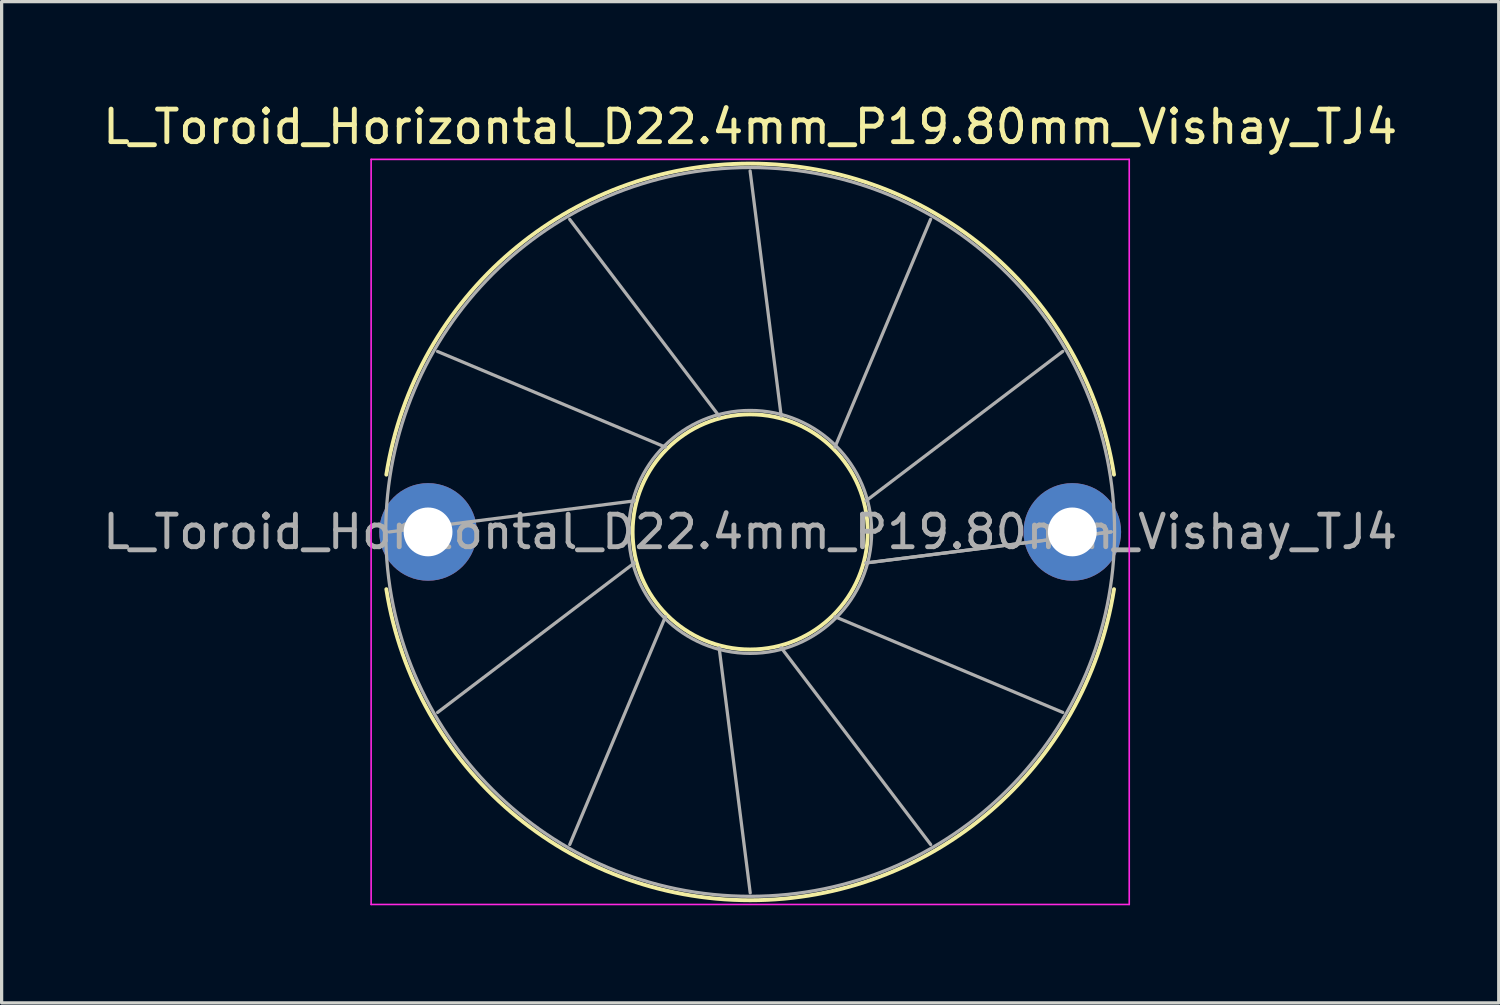
<source format=kicad_pcb>
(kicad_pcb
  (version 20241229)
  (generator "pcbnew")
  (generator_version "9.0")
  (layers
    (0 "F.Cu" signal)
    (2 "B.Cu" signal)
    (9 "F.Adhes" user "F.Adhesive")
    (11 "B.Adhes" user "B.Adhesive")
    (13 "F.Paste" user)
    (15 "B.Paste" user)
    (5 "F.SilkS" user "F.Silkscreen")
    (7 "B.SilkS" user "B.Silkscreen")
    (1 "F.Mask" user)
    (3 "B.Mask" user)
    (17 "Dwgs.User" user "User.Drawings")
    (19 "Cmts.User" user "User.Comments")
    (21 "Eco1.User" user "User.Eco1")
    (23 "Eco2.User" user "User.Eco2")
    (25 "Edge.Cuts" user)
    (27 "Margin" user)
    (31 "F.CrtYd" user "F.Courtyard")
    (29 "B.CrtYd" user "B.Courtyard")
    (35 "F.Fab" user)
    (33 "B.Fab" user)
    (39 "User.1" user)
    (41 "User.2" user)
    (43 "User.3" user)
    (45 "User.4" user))
  (footprint "L_Toroid_Horizontal_D22.4mm_P19.80mm_Vishay_TJ4"
    (layer "F.Cu")
    (at 10.106 13.298)
    (property "Reference" "L_Toroid_Horizontal_D22.4mm_P19.80mm_Vishay_TJ4" (at 9.9 -12.45 0) (layer "F.SilkS") (effects (font (size 1 1) (thickness 0.15))))
    (attr through_hole)
    (fp_arc (start -1.282343 -1.76) (mid 9.9 -11.32) (end 21.082343 -1.76) (stroke (width 0.12) (type solid)) (layer "F.SilkS"))
    (fp_arc (start 21.082343 1.76) (mid 9.9 11.32) (end -1.282343 1.76) (stroke (width 0.12) (type solid)) (layer "F.SilkS"))
    (fp_circle (center 9.9 0) (end 13.513 0) (stroke (width 0.12) (type solid)) (fill no) (layer "F.SilkS"))
    (fp_line (start -1.75 -11.45) (end -1.75 11.45) (stroke (width 0.05) (type solid)) (layer "F.CrtYd"))
    (fp_line (start -1.75 11.45) (end 21.55 11.45) (stroke (width 0.05) (type solid)) (layer "F.CrtYd"))
    (fp_line (start 21.55 -11.45) (end -1.75 -11.45) (stroke (width 0.05) (type solid)) (layer "F.CrtYd"))
    (fp_line (start 21.55 11.45) (end 21.55 -11.45) (stroke (width 0.05) (type solid)) (layer "F.CrtYd"))
    (fp_line (start -1.194 0.001) (end 6.34 -0.954) (stroke (width 0.1) (type solid)) (layer "F.Fab"))
    (fp_line (start 0.292 -5.546) (end 7.294 -2.606) (stroke (width 0.1) (type solid)) (layer "F.Fab"))
    (fp_line (start 0.293 5.548) (end 6.34 0.954) (stroke (width 0.1) (type solid)) (layer "F.Fab"))
    (fp_line (start 4.352 -9.607) (end 8.946 -3.56) (stroke (width 0.1) (type solid)) (layer "F.Fab"))
    (fp_line (start 4.354 9.608) (end 7.294 2.606) (stroke (width 0.1) (type solid)) (layer "F.Fab"))
    (fp_line (start 9.898 -11.094) (end 10.853 -3.56) (stroke (width 0.1) (type solid)) (layer "F.Fab"))
    (fp_line (start 9.901 11.094) (end 8.946 3.56) (stroke (width 0.1) (type solid)) (layer "F.Fab"))
    (fp_line (start 15.445 -9.608) (end 12.506 -2.607) (stroke (width 0.1) (type solid)) (layer "F.Fab"))
    (fp_line (start 15.447 9.607) (end 10.854 3.56) (stroke (width 0.1) (type solid)) (layer "F.Fab"))
    (fp_line (start 19.506 -5.548) (end 13.46 -0.955) (stroke (width 0.1) (type solid)) (layer "F.Fab"))
    (fp_line (start 19.507 5.547) (end 12.506 2.606) (stroke (width 0.1) (type solid)) (layer "F.Fab"))
    (fp_line (start 20.994 -0.002) (end 13.46 0.953) (stroke (width 0.1) (type solid)) (layer "F.Fab"))
    (fp_line (start 20.994 0) (end 13.46 0.954) (stroke (width 0.1) (type solid)) (layer "F.Fab"))
    (fp_circle (center 9.9 0) (end 13.633 0) (stroke (width 0.1) (type solid)) (fill no) (layer "F.Fab"))
    (fp_circle (center 9.9 0) (end 21.1 0) (stroke (width 0.1) (type solid)) (fill no) (layer "F.Fab"))
    (fp_text user "${REFERENCE}" (at 9.9 0 0) (layer "F.Fab") (effects (font (size 1 1) (thickness 0.15))))
    (pad "1" thru_hole circle (at 0 0) (size 3 3) (drill 1.5) (layers "*.Cu" "*.Mask"))
    (pad "2" thru_hole circle (at 19.8 0) (size 3 3) (drill 1.5) (layers "*.Cu" "*.Mask")))
  (gr_rect
    (start -3 -3)
    (end 43.012 27.773)
    (stroke (width 0.1) (type default))
    (fill no)
    (layer "Edge.Cuts")))
</source>
